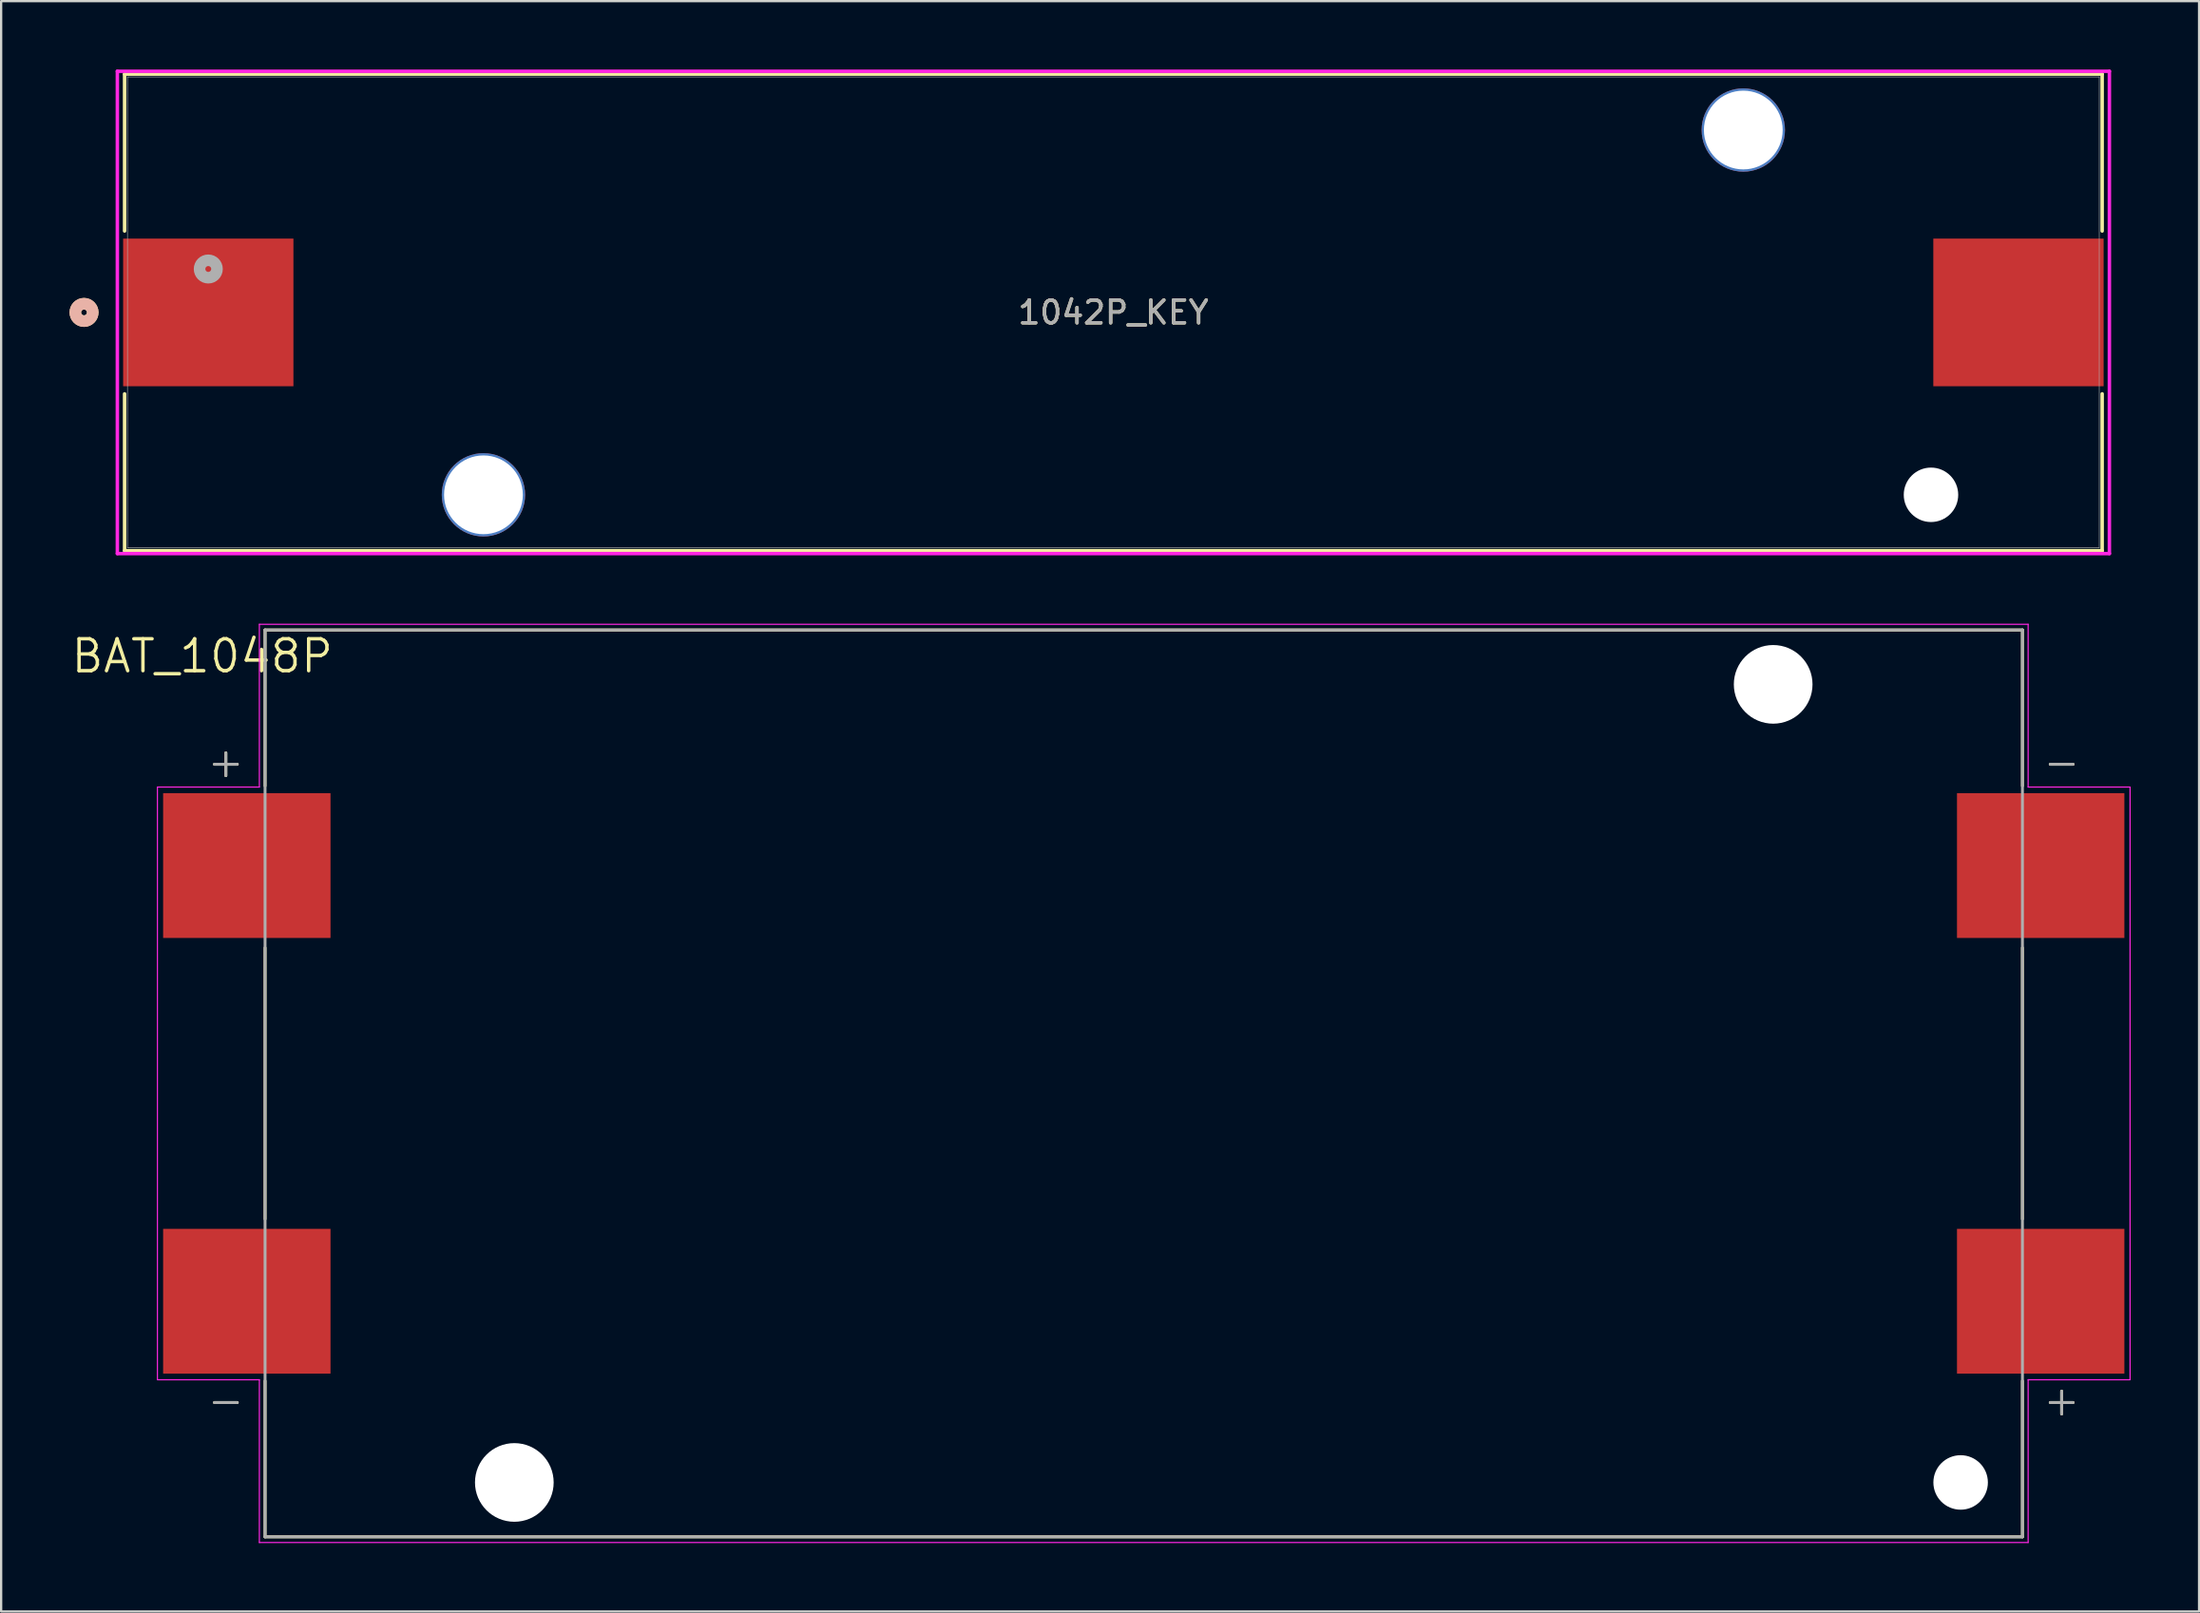
<source format=kicad_pcb>
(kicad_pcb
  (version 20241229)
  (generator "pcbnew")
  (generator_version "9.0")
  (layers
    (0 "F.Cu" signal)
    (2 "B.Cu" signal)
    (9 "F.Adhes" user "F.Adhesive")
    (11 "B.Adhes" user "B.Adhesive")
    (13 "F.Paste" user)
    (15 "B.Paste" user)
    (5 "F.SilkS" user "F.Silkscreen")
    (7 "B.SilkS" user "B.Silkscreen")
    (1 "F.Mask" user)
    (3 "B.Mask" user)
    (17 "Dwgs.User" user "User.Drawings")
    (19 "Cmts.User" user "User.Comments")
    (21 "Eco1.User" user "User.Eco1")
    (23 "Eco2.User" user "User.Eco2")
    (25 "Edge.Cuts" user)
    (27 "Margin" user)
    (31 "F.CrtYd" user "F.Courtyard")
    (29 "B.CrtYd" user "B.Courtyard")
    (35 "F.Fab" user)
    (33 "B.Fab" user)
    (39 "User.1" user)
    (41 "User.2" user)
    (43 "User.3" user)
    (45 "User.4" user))
  (footprint "BAT_1048P"
    (layer "F.Cu")
    (at 47.103 44.476)
    (property "Reference" "BAT_1048P" (at -41.285 -18.745 0) (layer "F.SilkS") (effects (font (size 1.4 1.4) (thickness 0.15))))
    (attr through_hole)
    (fp_line (start -40.75 -14) (end -39.75 -14) (stroke (width 0.127) (type solid)) (layer "F.SilkS"))
    (fp_line (start -40.75 14) (end -39.75 14) (stroke (width 0.127) (type solid)) (layer "F.SilkS"))
    (fp_line (start -40.25 -14.5) (end -40.25 -13.5) (stroke (width 0.127) (type solid)) (layer "F.SilkS"))
    (fp_line (start -38.53 -19.89) (end 38.53 -19.89) (stroke (width 0.127) (type solid)) (layer "F.SilkS"))
    (fp_line (start -38.53 -13.05) (end -38.53 -19.89) (stroke (width 0.127) (type solid)) (layer "F.SilkS"))
    (fp_line (start -38.53 -5.95) (end -38.53 5.95) (stroke (width 0.127) (type solid)) (layer "F.SilkS"))
    (fp_line (start -38.53 13.05) (end -38.53 19.89) (stroke (width 0.127) (type solid)) (layer "F.SilkS"))
    (fp_line (start -38.53 19.89) (end 38.53 19.89) (stroke (width 0.127) (type solid)) (layer "F.SilkS"))
    (fp_line (start 38.53 -19.89) (end 38.53 -13.05) (stroke (width 0.127) (type solid)) (layer "F.SilkS"))
    (fp_line (start 38.53 -5.95) (end 38.53 5.95) (stroke (width 0.127) (type solid)) (layer "F.SilkS"))
    (fp_line (start 38.53 19.89) (end 38.53 13.05) (stroke (width 0.127) (type solid)) (layer "F.SilkS"))
    (fp_line (start 40.25 14.5) (end 40.25 13.5) (stroke (width 0.127) (type solid)) (layer "F.SilkS"))
    (fp_line (start 40.75 -14) (end 39.75 -14) (stroke (width 0.127) (type solid)) (layer "F.SilkS"))
    (fp_line (start 40.75 14) (end 39.75 14) (stroke (width 0.127) (type solid)) (layer "F.SilkS"))
    (fp_line (start -43.25 -13) (end -38.78 -13) (stroke (width 0.05) (type solid)) (layer "F.CrtYd"))
    (fp_line (start -43.25 13) (end -43.25 -13) (stroke (width 0.05) (type solid)) (layer "F.CrtYd"))
    (fp_line (start -38.78 -20.14) (end 38.78 -20.14) (stroke (width 0.05) (type solid)) (layer "F.CrtYd"))
    (fp_line (start -38.78 -13) (end -38.78 -20.14) (stroke (width 0.05) (type solid)) (layer "F.CrtYd"))
    (fp_line (start -38.78 13) (end -43.25 13) (stroke (width 0.05) (type solid)) (layer "F.CrtYd"))
    (fp_line (start -38.78 20.14) (end -38.78 13) (stroke (width 0.05) (type solid)) (layer "F.CrtYd"))
    (fp_line (start 38.78 -20.14) (end 38.78 -13) (stroke (width 0.05) (type solid)) (layer "F.CrtYd"))
    (fp_line (start 38.78 -13) (end 43.25 -13) (stroke (width 0.05) (type solid)) (layer "F.CrtYd"))
    (fp_line (start 38.78 13) (end 38.78 20.14) (stroke (width 0.05) (type solid)) (layer "F.CrtYd"))
    (fp_line (start 38.78 20.14) (end -38.78 20.14) (stroke (width 0.05) (type solid)) (layer "F.CrtYd"))
    (fp_line (start 43.25 -13) (end 43.25 13) (stroke (width 0.05) (type solid)) (layer "F.CrtYd"))
    (fp_line (start 43.25 13) (end 38.78 13) (stroke (width 0.05) (type solid)) (layer "F.CrtYd"))
    (fp_line (start -40.75 -14) (end -39.75 -14) (stroke (width 0.127) (type solid)) (layer "F.Fab"))
    (fp_line (start -40.75 14) (end -39.75 14) (stroke (width 0.127) (type solid)) (layer "F.Fab"))
    (fp_line (start -40.25 -14.5) (end -40.25 -13.5) (stroke (width 0.127) (type solid)) (layer "F.Fab"))
    (fp_line (start -38.53 -19.89) (end 38.53 -19.89) (stroke (width 0.127) (type solid)) (layer "F.Fab"))
    (fp_line (start -38.53 19.89) (end -38.53 -19.89) (stroke (width 0.127) (type solid)) (layer "F.Fab"))
    (fp_line (start 38.53 -19.89) (end 38.53 19.89) (stroke (width 0.127) (type solid)) (layer "F.Fab"))
    (fp_line (start 38.53 19.89) (end -38.53 19.89) (stroke (width 0.127) (type solid)) (layer "F.Fab"))
    (fp_line (start 40.25 14.5) (end 40.25 13.5) (stroke (width 0.127) (type solid)) (layer "F.Fab"))
    (fp_line (start 40.75 -14) (end 39.75 -14) (stroke (width 0.127) (type solid)) (layer "F.Fab"))
    (fp_line (start 40.75 14) (end 39.75 14) (stroke (width 0.127) (type solid)) (layer "F.Fab"))
    (pad "" np_thru_hole circle (at -27.6 17.505) (size 3.45 3.45) (drill 3.45) (layers "*.Cu" "*.Mask"))
    (pad "" np_thru_hole circle (at 27.6 -17.505) (size 3.45 3.45) (drill 3.45) (layers "*.Cu" "*.Mask"))
    (pad "" np_thru_hole circle (at 35.82 17.505) (size 2.39 2.39) (drill 2.39) (layers "*.Cu" "*.Mask"))
    (pad "1" smd rect (at -39.33 -9.555) (size 7.34 6.35) (layers "F.Cu" "F.Mask" "F.Paste"))
    (pad "2" smd rect (at 39.33 -9.555) (size 7.34 6.35) (layers "F.Cu" "F.Mask" "F.Paste"))
    (pad "3" smd rect (at -39.33 9.555) (size 7.34 6.35) (layers "F.Cu" "F.Mask" "F.Paste"))
    (pad "4" smd rect (at 39.33 9.555) (size 7.34 6.35) (layers "F.Cu" "F.Mask" "F.Paste")))
  (footprint "1042P_KEY"
    (layer "F.Cu")
    (at 45.771 10.655)
    (property "Reference" "1042P_KEY" (at 0 0 0) (unlocked yes) (layer "F.SilkS") (effects (font (size 1 1) (thickness 0.15))))
    (attr smd)
    (fp_line (start -43.358 -10.452) (end -43.358 -3.571) (stroke (width 0.152) (type solid)) (layer "F.SilkS"))
    (fp_line (start -43.358 3.571) (end -43.358 10.452) (stroke (width 0.152) (type solid)) (layer "F.SilkS"))
    (fp_line (start -43.358 10.452) (end 43.358 10.452) (stroke (width 0.152) (type solid)) (layer "F.SilkS"))
    (fp_line (start 43.358 -10.452) (end -43.358 -10.452) (stroke (width 0.152) (type solid)) (layer "F.SilkS"))
    (fp_line (start 43.358 -3.571) (end 43.358 -10.452) (stroke (width 0.152) (type solid)) (layer "F.SilkS"))
    (fp_line (start 43.358 10.452) (end 43.358 3.571) (stroke (width 0.152) (type solid)) (layer "F.SilkS"))
    (fp_circle (center -45.136 0) (end -44.755 0) (stroke (width 0.508) (type solid)) (fill no) (layer "F.SilkS"))
    (fp_circle (center -45.136 0) (end -44.755 0) (stroke (width 0.508) (type solid)) (fill no) (layer "B.SilkS"))
    (fp_line (start -43.675 -10.579) (end -43.675 10.579) (stroke (width 0.152) (type solid)) (layer "F.CrtYd"))
    (fp_line (start -43.675 10.579) (end 43.675 10.579) (stroke (width 0.152) (type solid)) (layer "F.CrtYd"))
    (fp_line (start 43.675 -10.579) (end -43.675 -10.579) (stroke (width 0.152) (type solid)) (layer "F.CrtYd"))
    (fp_line (start 43.675 10.579) (end 43.675 -10.579) (stroke (width 0.152) (type solid)) (layer "F.CrtYd"))
    (fp_line (start -43.231 -10.325) (end -43.231 10.325) (stroke (width 0.025) (type solid)) (layer "F.Fab"))
    (fp_line (start -43.231 10.325) (end 43.231 10.325) (stroke (width 0.025) (type solid)) (layer "F.Fab"))
    (fp_line (start 43.231 -10.325) (end -43.231 -10.325) (stroke (width 0.025) (type solid)) (layer "F.Fab"))
    (fp_line (start 43.231 10.325) (end 43.231 -10.325) (stroke (width 0.025) (type solid)) (layer "F.Fab"))
    (fp_circle (center -39.688 -1.905) (end -39.306 -1.905) (stroke (width 0.508) (type solid)) (fill no) (layer "F.Fab"))
    (fp_text user "${REFERENCE}" (at 0 0 0) (unlocked yes) (layer "F.Fab") (effects (font (size 1 1) (thickness 0.15))))
    (pad "" thru_hole circle (at -27.622 8.001) (size 3.654 3.654) (drill 3.454) (layers "*.Cu" "*.Mask"))
    (pad "" thru_hole circle (at 27.622 -8.001) (size 3.654 3.654) (drill 3.454) (layers "*.Cu" "*.Mask"))
    (pad "" np_thru_hole circle (at 35.852 8.001) (size 2.388 2.388) (drill 2.388) (layers "*.Cu" "*.Mask"))
    (pad "1" smd rect (at -39.688 0) (size 7.468 6.477) (layers "F.Cu" "F.Mask" "F.Paste"))
    (pad "2" smd rect (at 39.688 0) (size 7.468 6.477) (layers "F.Cu" "F.Mask" "F.Paste")))
  (gr_rect
    (start -3 -3)
    (end 93.378 67.641)
    (stroke (width 0.1) (type default))
    (fill no)
    (layer "Edge.Cuts")))
</source>
